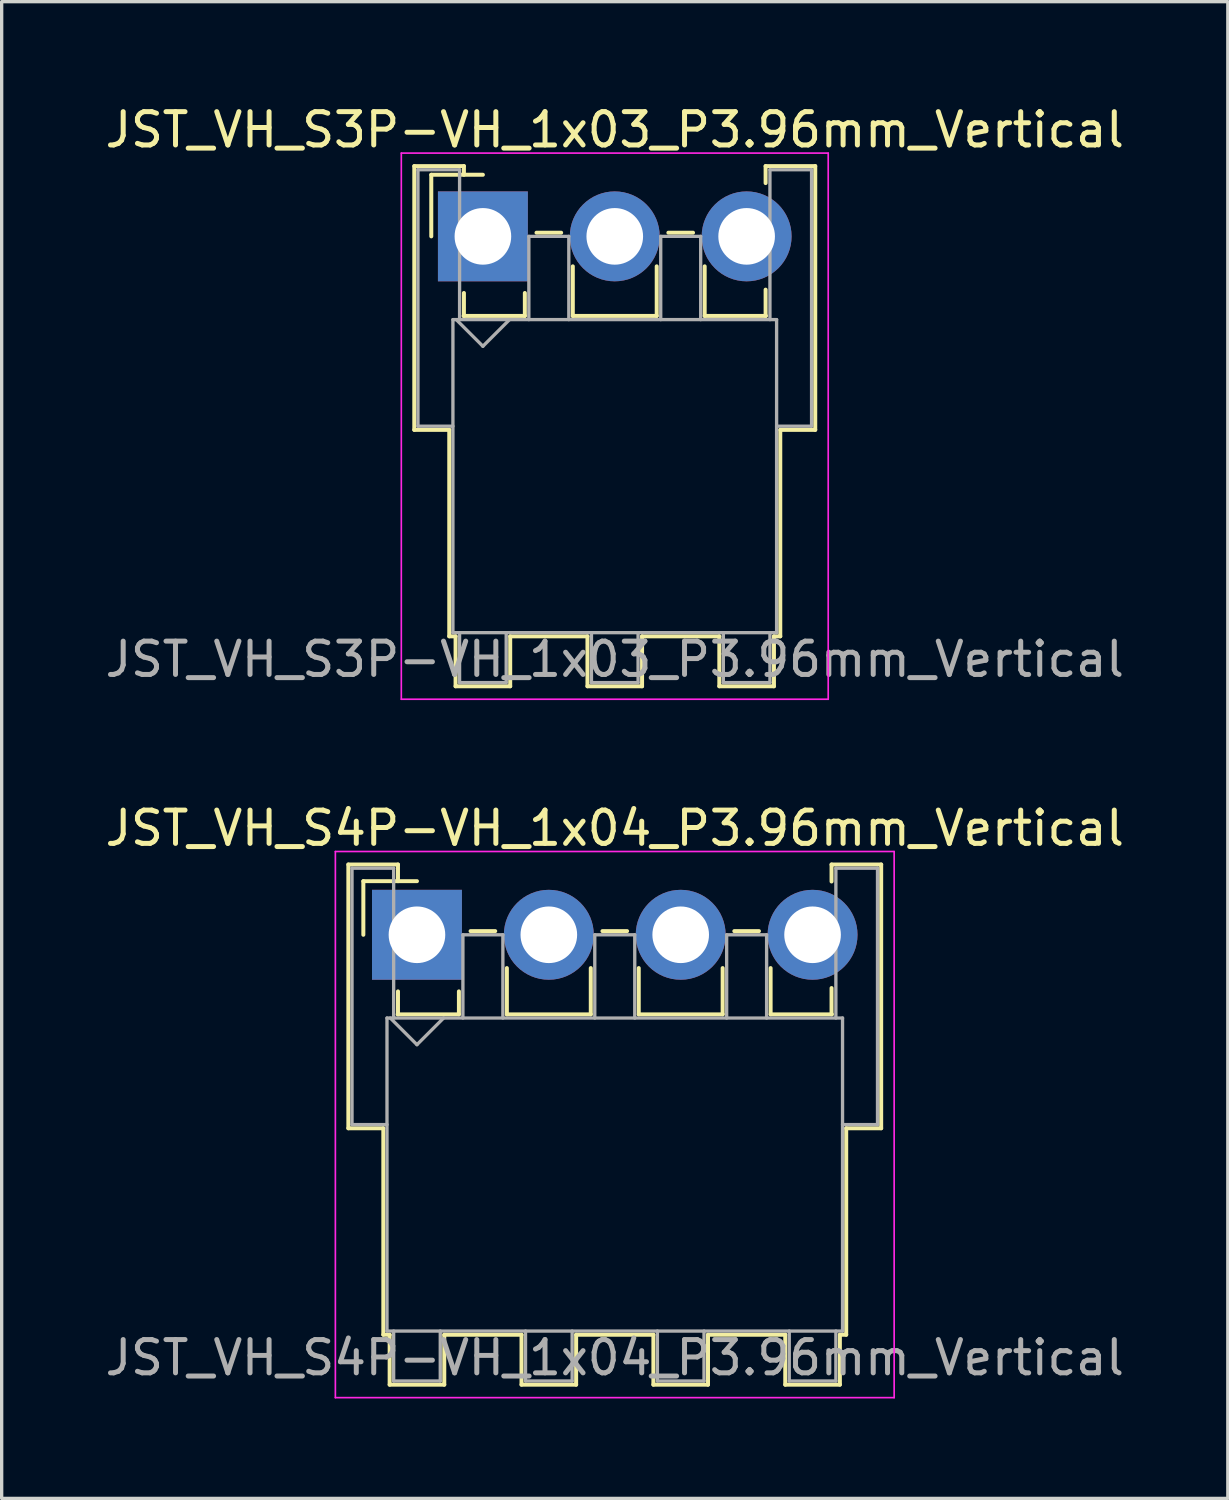
<source format=kicad_pcb>
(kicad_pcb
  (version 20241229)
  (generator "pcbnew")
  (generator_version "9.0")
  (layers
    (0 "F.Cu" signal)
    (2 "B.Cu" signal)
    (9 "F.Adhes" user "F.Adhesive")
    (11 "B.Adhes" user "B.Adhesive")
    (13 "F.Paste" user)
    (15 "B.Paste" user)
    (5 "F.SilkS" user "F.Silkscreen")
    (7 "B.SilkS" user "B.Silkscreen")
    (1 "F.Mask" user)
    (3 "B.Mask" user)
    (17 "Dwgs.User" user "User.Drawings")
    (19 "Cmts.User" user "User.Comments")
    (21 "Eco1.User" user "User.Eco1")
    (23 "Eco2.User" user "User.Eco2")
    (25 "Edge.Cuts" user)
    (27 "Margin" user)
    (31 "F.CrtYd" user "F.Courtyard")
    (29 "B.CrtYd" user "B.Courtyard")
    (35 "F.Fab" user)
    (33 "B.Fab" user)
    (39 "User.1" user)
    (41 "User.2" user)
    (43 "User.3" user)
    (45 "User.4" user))
  (footprint "JST_VH_S4P-VH_1x04_P3.96mm_Vertical"
    (layer "F.Cu")
    (at 9.471 25.021)
    (property "Reference" "JST_VH_S4P-VH_1x04_P3.96mm_Vertical" (at 5.94 -3.2 0) (layer "F.SilkS") (effects (font (size 1 1) (thickness 0.15))))
    (attr through_hole)
    (fp_line (start -2.06 -2.11) (end -0.57 -2.11) (stroke (width 0.12) (type solid)) (layer "F.SilkS"))
    (fp_line (start -2.06 5.81) (end -2.06 -2.11) (stroke (width 0.12) (type solid)) (layer "F.SilkS"))
    (fp_line (start -1.61 -1.61) (end -1.61 0) (stroke (width 0.12) (type solid)) (layer "F.SilkS"))
    (fp_line (start -1.01 5.81) (end -2.06 5.81) (stroke (width 0.12) (type solid)) (layer "F.SilkS"))
    (fp_line (start -1.01 5.81) (end -1.01 12.01) (stroke (width 0.12) (type solid)) (layer "F.SilkS"))
    (fp_line (start -1.01 12.01) (end -0.82 12.01) (stroke (width 0.12) (type solid)) (layer "F.SilkS"))
    (fp_line (start -0.82 12.01) (end -0.82 13.51) (stroke (width 0.12) (type solid)) (layer "F.SilkS"))
    (fp_line (start -0.82 13.51) (end 0.82 13.51) (stroke (width 0.12) (type solid)) (layer "F.SilkS"))
    (fp_line (start -0.58 2.39) (end 1.26 2.39) (stroke (width 0.12) (type solid)) (layer "F.SilkS"))
    (fp_line (start -0.57 -2.11) (end -0.57 -1.61) (stroke (width 0.12) (type solid)) (layer "F.SilkS"))
    (fp_line (start -0.57 1.7) (end -0.57 2.39) (stroke (width 0.12) (type solid)) (layer "F.SilkS"))
    (fp_line (start 0 -1.61) (end -1.61 -1.61) (stroke (width 0.12) (type solid)) (layer "F.SilkS"))
    (fp_line (start 0.82 12.01) (end 3.14 12.01) (stroke (width 0.12) (type solid)) (layer "F.SilkS"))
    (fp_line (start 0.82 13.51) (end 0.82 12.01) (stroke (width 0.12) (type solid)) (layer "F.SilkS"))
    (fp_line (start 1.26 2.39) (end 1.26 1.7) (stroke (width 0.12) (type solid)) (layer "F.SilkS"))
    (fp_line (start 1.61 -0.11) (end 2.35 -0.11) (stroke (width 0.12) (type solid)) (layer "F.SilkS"))
    (fp_line (start 2.7 1) (end 2.7 2.39) (stroke (width 0.12) (type solid)) (layer "F.SilkS"))
    (fp_line (start 2.7 2.39) (end 5.22 2.39) (stroke (width 0.12) (type solid)) (layer "F.SilkS"))
    (fp_line (start 3.14 12.01) (end 3.14 13.51) (stroke (width 0.12) (type solid)) (layer "F.SilkS"))
    (fp_line (start 3.14 13.51) (end 4.78 13.51) (stroke (width 0.12) (type solid)) (layer "F.SilkS"))
    (fp_line (start 4.78 12.01) (end 7.1 12.01) (stroke (width 0.12) (type solid)) (layer "F.SilkS"))
    (fp_line (start 4.78 13.51) (end 4.78 12.01) (stroke (width 0.12) (type solid)) (layer "F.SilkS"))
    (fp_line (start 5.22 2.39) (end 5.22 1) (stroke (width 0.12) (type solid)) (layer "F.SilkS"))
    (fp_line (start 5.57 -0.11) (end 6.31 -0.11) (stroke (width 0.12) (type solid)) (layer "F.SilkS"))
    (fp_line (start 6.66 1) (end 6.66 2.39) (stroke (width 0.12) (type solid)) (layer "F.SilkS"))
    (fp_line (start 6.66 2.39) (end 9.18 2.39) (stroke (width 0.12) (type solid)) (layer "F.SilkS"))
    (fp_line (start 7.1 12.01) (end 7.1 13.51) (stroke (width 0.12) (type solid)) (layer "F.SilkS"))
    (fp_line (start 7.1 13.51) (end 8.74 13.51) (stroke (width 0.12) (type solid)) (layer "F.SilkS"))
    (fp_line (start 8.74 12.01) (end 11.06 12.01) (stroke (width 0.12) (type solid)) (layer "F.SilkS"))
    (fp_line (start 8.74 13.51) (end 8.74 12.01) (stroke (width 0.12) (type solid)) (layer "F.SilkS"))
    (fp_line (start 9.18 2.39) (end 9.18 1) (stroke (width 0.12) (type solid)) (layer "F.SilkS"))
    (fp_line (start 9.53 -0.11) (end 10.27 -0.11) (stroke (width 0.12) (type solid)) (layer "F.SilkS"))
    (fp_line (start 10.62 1) (end 10.62 2.39) (stroke (width 0.12) (type solid)) (layer "F.SilkS"))
    (fp_line (start 10.62 2.39) (end 12.46 2.39) (stroke (width 0.12) (type solid)) (layer "F.SilkS"))
    (fp_line (start 11.06 12.01) (end 11.06 13.51) (stroke (width 0.12) (type solid)) (layer "F.SilkS"))
    (fp_line (start 11.06 13.51) (end 12.7 13.51) (stroke (width 0.12) (type solid)) (layer "F.SilkS"))
    (fp_line (start 12.45 -2.11) (end 13.94 -2.11) (stroke (width 0.12) (type solid)) (layer "F.SilkS"))
    (fp_line (start 12.45 -1.6) (end 12.45 -2.11) (stroke (width 0.12) (type solid)) (layer "F.SilkS"))
    (fp_line (start 12.45 2.39) (end 12.45 1.6) (stroke (width 0.12) (type solid)) (layer "F.SilkS"))
    (fp_line (start 12.7 12.01) (end 12.89 12.01) (stroke (width 0.12) (type solid)) (layer "F.SilkS"))
    (fp_line (start 12.7 13.51) (end 12.7 12.01) (stroke (width 0.12) (type solid)) (layer "F.SilkS"))
    (fp_line (start 12.89 12.01) (end 12.89 5.81) (stroke (width 0.12) (type solid)) (layer "F.SilkS"))
    (fp_line (start 13.94 -2.11) (end 13.94 5.81) (stroke (width 0.12) (type solid)) (layer "F.SilkS"))
    (fp_line (start 13.94 5.81) (end 12.89 5.81) (stroke (width 0.12) (type solid)) (layer "F.SilkS"))
    (fp_line (start -2.45 -2.5) (end -2.45 13.9) (stroke (width 0.05) (type solid)) (layer "F.CrtYd"))
    (fp_line (start -2.45 13.9) (end 14.33 13.9) (stroke (width 0.05) (type solid)) (layer "F.CrtYd"))
    (fp_line (start 14.33 -2.5) (end -2.45 -2.5) (stroke (width 0.05) (type solid)) (layer "F.CrtYd"))
    (fp_line (start 14.33 13.9) (end 14.33 -2.5) (stroke (width 0.05) (type solid)) (layer "F.CrtYd"))
    (fp_line (start -1.95 -2) (end -0.7 -2) (stroke (width 0.1) (type solid)) (layer "F.Fab"))
    (fp_line (start -1.95 5.7) (end -1.95 -2) (stroke (width 0.1) (type solid)) (layer "F.Fab"))
    (fp_line (start -0.9 2.5) (end -0.9 11.9) (stroke (width 0.1) (type solid)) (layer "F.Fab"))
    (fp_line (start -0.9 5.7) (end -1.95 5.7) (stroke (width 0.1) (type solid)) (layer "F.Fab"))
    (fp_line (start -0.9 11.9) (end 12.78 11.9) (stroke (width 0.1) (type solid)) (layer "F.Fab"))
    (fp_line (start -0.8 2.5) (end 0 3.3) (stroke (width 0.1) (type solid)) (layer "F.Fab"))
    (fp_line (start -0.7 -2) (end -0.7 2.5) (stroke (width 0.1) (type solid)) (layer "F.Fab"))
    (fp_line (start -0.7 11.9) (end -0.7 13.4) (stroke (width 0.1) (type solid)) (layer "F.Fab"))
    (fp_line (start -0.7 13.4) (end 0.7 13.4) (stroke (width 0.1) (type solid)) (layer "F.Fab"))
    (fp_line (start 0 3.3) (end 0.8 2.5) (stroke (width 0.1) (type solid)) (layer "F.Fab"))
    (fp_line (start 0.7 13.4) (end 0.7 11.9) (stroke (width 0.1) (type solid)) (layer "F.Fab"))
    (fp_line (start 1.38 0) (end 2.58 0) (stroke (width 0.1) (type solid)) (layer "F.Fab"))
    (fp_line (start 1.38 2.5) (end 1.38 0) (stroke (width 0.1) (type solid)) (layer "F.Fab"))
    (fp_line (start 2.58 0) (end 2.58 2.5) (stroke (width 0.1) (type solid)) (layer "F.Fab"))
    (fp_line (start 3.26 11.9) (end 3.26 13.4) (stroke (width 0.1) (type solid)) (layer "F.Fab"))
    (fp_line (start 3.26 13.4) (end 4.66 13.4) (stroke (width 0.1) (type solid)) (layer "F.Fab"))
    (fp_line (start 4.66 13.4) (end 4.66 11.9) (stroke (width 0.1) (type solid)) (layer "F.Fab"))
    (fp_line (start 5.34 0) (end 6.54 0) (stroke (width 0.1) (type solid)) (layer "F.Fab"))
    (fp_line (start 5.34 2.5) (end 5.34 0) (stroke (width 0.1) (type solid)) (layer "F.Fab"))
    (fp_line (start 6.54 0) (end 6.54 2.5) (stroke (width 0.1) (type solid)) (layer "F.Fab"))
    (fp_line (start 7.22 11.9) (end 7.22 13.4) (stroke (width 0.1) (type solid)) (layer "F.Fab"))
    (fp_line (start 7.22 13.4) (end 8.62 13.4) (stroke (width 0.1) (type solid)) (layer "F.Fab"))
    (fp_line (start 8.62 13.4) (end 8.62 11.9) (stroke (width 0.1) (type solid)) (layer "F.Fab"))
    (fp_line (start 9.3 0) (end 10.5 0) (stroke (width 0.1) (type solid)) (layer "F.Fab"))
    (fp_line (start 9.3 2.5) (end 9.3 0) (stroke (width 0.1) (type solid)) (layer "F.Fab"))
    (fp_line (start 10.5 0) (end 10.5 2.5) (stroke (width 0.1) (type solid)) (layer "F.Fab"))
    (fp_line (start 11.18 11.9) (end 11.18 13.4) (stroke (width 0.1) (type solid)) (layer "F.Fab"))
    (fp_line (start 11.18 13.4) (end 12.58 13.4) (stroke (width 0.1) (type solid)) (layer "F.Fab"))
    (fp_line (start 12.58 -2) (end 13.83 -2) (stroke (width 0.1) (type solid)) (layer "F.Fab"))
    (fp_line (start 12.58 2.5) (end 12.58 -2) (stroke (width 0.1) (type solid)) (layer "F.Fab"))
    (fp_line (start 12.58 13.4) (end 12.58 11.9) (stroke (width 0.1) (type solid)) (layer "F.Fab"))
    (fp_line (start 12.78 2.5) (end -0.9 2.5) (stroke (width 0.1) (type solid)) (layer "F.Fab"))
    (fp_line (start 12.78 11.9) (end 12.78 2.5) (stroke (width 0.1) (type solid)) (layer "F.Fab"))
    (fp_line (start 13.83 -2) (end 13.83 5.7) (stroke (width 0.1) (type solid)) (layer "F.Fab"))
    (fp_line (start 13.83 5.7) (end 12.78 5.7) (stroke (width 0.1) (type solid)) (layer "F.Fab"))
    (fp_text user "${REFERENCE}" (at 5.94 12.7 0) (layer "F.Fab") (effects (font (size 1 1) (thickness 0.15))))
    (pad "1" thru_hole rect (at 0 0) (size 2.7 2.7) (drill 1.7) (layers "*.Cu" "*.Mask"))
    (pad "2" thru_hole circle (at 3.96 0) (size 2.7 2.7) (drill 1.7) (layers "*.Cu" "*.Mask"))
    (pad "3" thru_hole circle (at 7.92 0) (size 2.7 2.7) (drill 1.7) (layers "*.Cu" "*.Mask"))
    (pad "4" thru_hole circle (at 11.88 0) (size 2.7 2.7) (drill 1.7) (layers "*.Cu" "*.Mask")))
  (footprint "JST_VH_S3P-VH_1x03_P3.96mm_Vertical"
    (layer "F.Cu")
    (at 11.451 4.048)
    (property "Reference" "JST_VH_S3P-VH_1x03_P3.96mm_Vertical" (at 3.96 -3.2 0) (layer "F.SilkS") (effects (font (size 1 1) (thickness 0.15))))
    (attr through_hole)
    (fp_line (start -2.06 -2.11) (end -0.57 -2.11) (stroke (width 0.12) (type solid)) (layer "F.SilkS"))
    (fp_line (start -2.06 5.81) (end -2.06 -2.11) (stroke (width 0.12) (type solid)) (layer "F.SilkS"))
    (fp_line (start -1.55 -1.85) (end -1.55 0) (stroke (width 0.12) (type solid)) (layer "F.SilkS"))
    (fp_line (start -1.01 5.81) (end -2.06 5.81) (stroke (width 0.12) (type solid)) (layer "F.SilkS"))
    (fp_line (start -1.01 5.81) (end -1.01 12.01) (stroke (width 0.12) (type solid)) (layer "F.SilkS"))
    (fp_line (start -1.01 12.01) (end -0.82 12.01) (stroke (width 0.12) (type solid)) (layer "F.SilkS"))
    (fp_line (start -0.82 12.01) (end -0.82 13.51) (stroke (width 0.12) (type solid)) (layer "F.SilkS"))
    (fp_line (start -0.82 13.51) (end 0.82 13.51) (stroke (width 0.12) (type solid)) (layer "F.SilkS"))
    (fp_line (start -0.58 2.39) (end 1.26 2.39) (stroke (width 0.12) (type solid)) (layer "F.SilkS"))
    (fp_line (start -0.57 -2.11) (end -0.57 -1.85) (stroke (width 0.12) (type solid)) (layer "F.SilkS"))
    (fp_line (start -0.57 1.7) (end -0.57 2.39) (stroke (width 0.12) (type solid)) (layer "F.SilkS"))
    (fp_line (start 0 -1.85) (end -1.55 -1.85) (stroke (width 0.12) (type solid)) (layer "F.SilkS"))
    (fp_line (start 0.82 12.01) (end 3.14 12.01) (stroke (width 0.12) (type solid)) (layer "F.SilkS"))
    (fp_line (start 0.82 13.51) (end 0.82 12.01) (stroke (width 0.12) (type solid)) (layer "F.SilkS"))
    (fp_line (start 1.26 2.39) (end 1.26 1.7) (stroke (width 0.12) (type solid)) (layer "F.SilkS"))
    (fp_line (start 1.61 -0.11) (end 2.35 -0.11) (stroke (width 0.12) (type solid)) (layer "F.SilkS"))
    (fp_line (start 2.7 0.9) (end 2.7 2.39) (stroke (width 0.12) (type solid)) (layer "F.SilkS"))
    (fp_line (start 2.7 2.39) (end 5.22 2.39) (stroke (width 0.12) (type solid)) (layer "F.SilkS"))
    (fp_line (start 3.14 12.01) (end 3.14 13.51) (stroke (width 0.12) (type solid)) (layer "F.SilkS"))
    (fp_line (start 3.14 13.51) (end 4.78 13.51) (stroke (width 0.12) (type solid)) (layer "F.SilkS"))
    (fp_line (start 4.78 12.01) (end 7.1 12.01) (stroke (width 0.12) (type solid)) (layer "F.SilkS"))
    (fp_line (start 4.78 13.51) (end 4.78 12.01) (stroke (width 0.12) (type solid)) (layer "F.SilkS"))
    (fp_line (start 5.22 2.39) (end 5.22 0.9) (stroke (width 0.12) (type solid)) (layer "F.SilkS"))
    (fp_line (start 5.57 -0.11) (end 6.31 -0.11) (stroke (width 0.12) (type solid)) (layer "F.SilkS"))
    (fp_line (start 6.66 0.9) (end 6.66 2.39) (stroke (width 0.12) (type solid)) (layer "F.SilkS"))
    (fp_line (start 6.66 2.39) (end 8.5 2.39) (stroke (width 0.12) (type solid)) (layer "F.SilkS"))
    (fp_line (start 7.1 12.01) (end 7.1 13.51) (stroke (width 0.12) (type solid)) (layer "F.SilkS"))
    (fp_line (start 7.1 13.51) (end 8.74 13.51) (stroke (width 0.12) (type solid)) (layer "F.SilkS"))
    (fp_line (start 8.49 -2.11) (end 9.98 -2.11) (stroke (width 0.12) (type solid)) (layer "F.SilkS"))
    (fp_line (start 8.49 -1.6) (end 8.49 -2.11) (stroke (width 0.12) (type solid)) (layer "F.SilkS"))
    (fp_line (start 8.49 2.39) (end 8.49 1.6) (stroke (width 0.12) (type solid)) (layer "F.SilkS"))
    (fp_line (start 8.74 12.01) (end 8.93 12.01) (stroke (width 0.12) (type solid)) (layer "F.SilkS"))
    (fp_line (start 8.74 13.51) (end 8.74 12.01) (stroke (width 0.12) (type solid)) (layer "F.SilkS"))
    (fp_line (start 8.93 12.01) (end 8.93 5.81) (stroke (width 0.12) (type solid)) (layer "F.SilkS"))
    (fp_line (start 9.98 -2.11) (end 9.98 5.81) (stroke (width 0.12) (type solid)) (layer "F.SilkS"))
    (fp_line (start 9.98 5.81) (end 8.93 5.81) (stroke (width 0.12) (type solid)) (layer "F.SilkS"))
    (fp_line (start -2.45 -2.5) (end -2.45 13.9) (stroke (width 0.05) (type solid)) (layer "F.CrtYd"))
    (fp_line (start -2.45 13.9) (end 10.37 13.9) (stroke (width 0.05) (type solid)) (layer "F.CrtYd"))
    (fp_line (start 10.37 -2.5) (end -2.45 -2.5) (stroke (width 0.05) (type solid)) (layer "F.CrtYd"))
    (fp_line (start 10.37 13.9) (end 10.37 -2.5) (stroke (width 0.05) (type solid)) (layer "F.CrtYd"))
    (fp_line (start -1.95 -2) (end -0.7 -2) (stroke (width 0.1) (type solid)) (layer "F.Fab"))
    (fp_line (start -1.95 5.7) (end -1.95 -2) (stroke (width 0.1) (type solid)) (layer "F.Fab"))
    (fp_line (start -0.9 2.5) (end -0.9 11.9) (stroke (width 0.1) (type solid)) (layer "F.Fab"))
    (fp_line (start -0.9 5.7) (end -1.95 5.7) (stroke (width 0.1) (type solid)) (layer "F.Fab"))
    (fp_line (start -0.9 11.9) (end 8.82 11.9) (stroke (width 0.1) (type solid)) (layer "F.Fab"))
    (fp_line (start -0.8 2.5) (end 0 3.3) (stroke (width 0.1) (type solid)) (layer "F.Fab"))
    (fp_line (start -0.7 -2) (end -0.7 2.5) (stroke (width 0.1) (type solid)) (layer "F.Fab"))
    (fp_line (start -0.7 11.9) (end -0.7 13.4) (stroke (width 0.1) (type solid)) (layer "F.Fab"))
    (fp_line (start -0.7 13.4) (end 0.7 13.4) (stroke (width 0.1) (type solid)) (layer "F.Fab"))
    (fp_line (start 0 3.3) (end 0.8 2.5) (stroke (width 0.1) (type solid)) (layer "F.Fab"))
    (fp_line (start 0.7 13.4) (end 0.7 11.9) (stroke (width 0.1) (type solid)) (layer "F.Fab"))
    (fp_line (start 1.38 0) (end 2.58 0) (stroke (width 0.1) (type solid)) (layer "F.Fab"))
    (fp_line (start 1.38 2.5) (end 1.38 0) (stroke (width 0.1) (type solid)) (layer "F.Fab"))
    (fp_line (start 2.58 0) (end 2.58 2.5) (stroke (width 0.1) (type solid)) (layer "F.Fab"))
    (fp_line (start 3.26 11.9) (end 3.26 13.4) (stroke (width 0.1) (type solid)) (layer "F.Fab"))
    (fp_line (start 3.26 13.4) (end 4.66 13.4) (stroke (width 0.1) (type solid)) (layer "F.Fab"))
    (fp_line (start 4.66 13.4) (end 4.66 11.9) (stroke (width 0.1) (type solid)) (layer "F.Fab"))
    (fp_line (start 5.34 0) (end 6.54 0) (stroke (width 0.1) (type solid)) (layer "F.Fab"))
    (fp_line (start 5.34 2.5) (end 5.34 0) (stroke (width 0.1) (type solid)) (layer "F.Fab"))
    (fp_line (start 6.54 0) (end 6.54 2.5) (stroke (width 0.1) (type solid)) (layer "F.Fab"))
    (fp_line (start 7.22 11.9) (end 7.22 13.4) (stroke (width 0.1) (type solid)) (layer "F.Fab"))
    (fp_line (start 7.22 13.4) (end 8.62 13.4) (stroke (width 0.1) (type solid)) (layer "F.Fab"))
    (fp_line (start 8.62 -2) (end 9.87 -2) (stroke (width 0.1) (type solid)) (layer "F.Fab"))
    (fp_line (start 8.62 2.5) (end 8.62 -2) (stroke (width 0.1) (type solid)) (layer "F.Fab"))
    (fp_line (start 8.62 13.4) (end 8.62 11.9) (stroke (width 0.1) (type solid)) (layer "F.Fab"))
    (fp_line (start 8.82 2.5) (end -0.9 2.5) (stroke (width 0.1) (type solid)) (layer "F.Fab"))
    (fp_line (start 8.82 11.9) (end 8.82 2.5) (stroke (width 0.1) (type solid)) (layer "F.Fab"))
    (fp_line (start 9.87 -2) (end 9.87 5.7) (stroke (width 0.1) (type solid)) (layer "F.Fab"))
    (fp_line (start 9.87 5.7) (end 8.82 5.7) (stroke (width 0.1) (type solid)) (layer "F.Fab"))
    (fp_text user "${REFERENCE}" (at 3.96 12.7 0) (layer "F.Fab") (effects (font (size 1 1) (thickness 0.15))))
    (pad "1" thru_hole rect (at 0 0) (size 2.7 2.7) (drill 1.7) (layers "*.Cu" "*.Mask"))
    (pad "2" thru_hole circle (at 3.96 0) (size 2.7 2.7) (drill 1.7) (layers "*.Cu" "*.Mask"))
    (pad "3" thru_hole circle (at 7.92 0) (size 2.7 2.7) (drill 1.7) (layers "*.Cu" "*.Mask")))
  (gr_rect
    (start -3 -3)
    (end 33.821 41.947)
    (stroke (width 0.1) (type default))
    (fill no)
    (layer "Edge.Cuts")))
</source>
